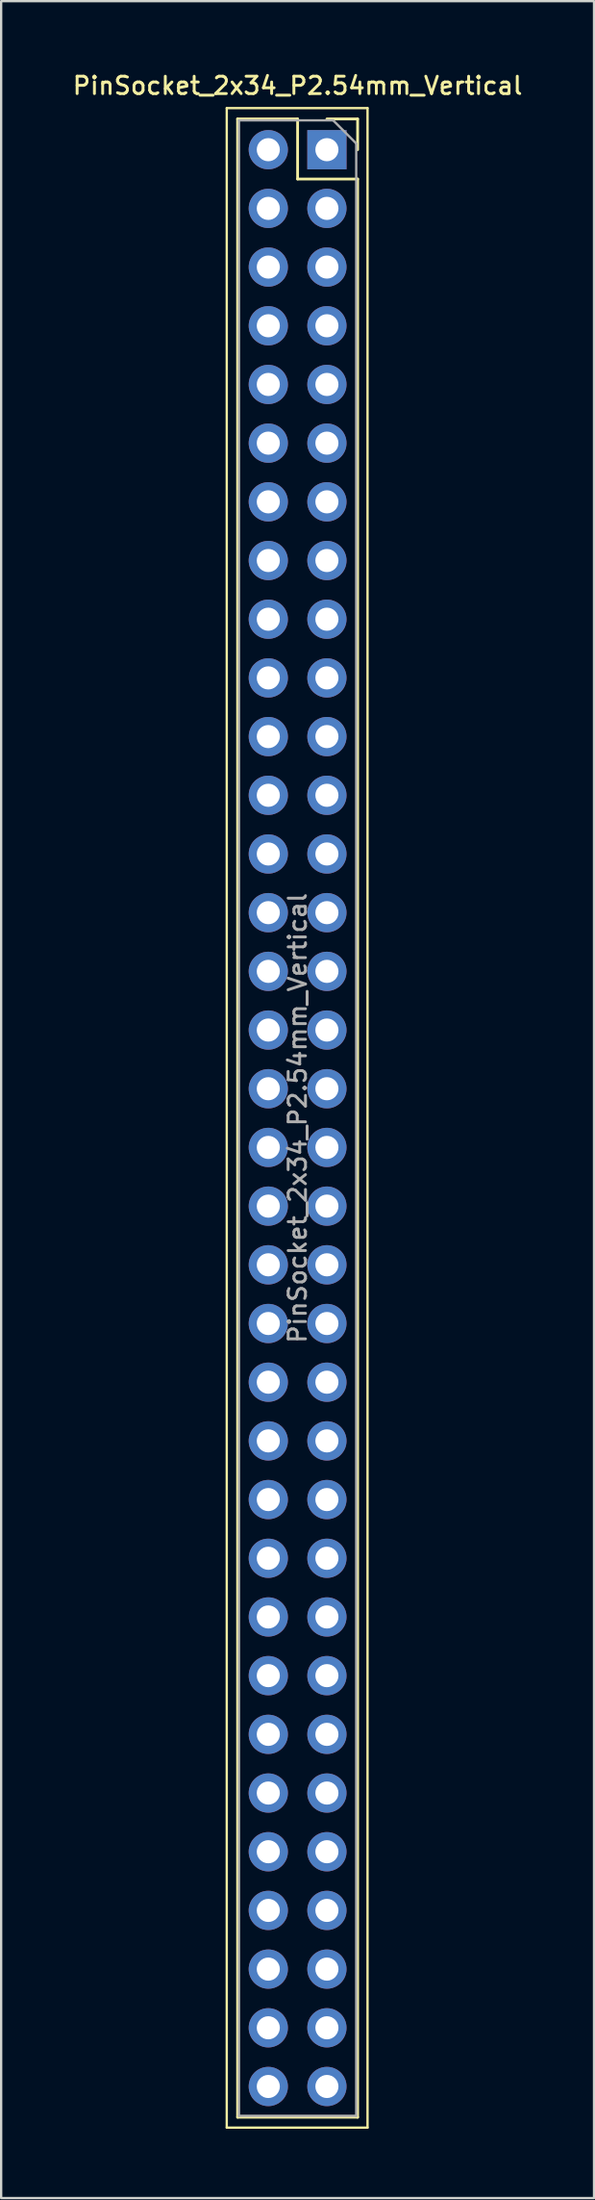
<source format=kicad_pcb>
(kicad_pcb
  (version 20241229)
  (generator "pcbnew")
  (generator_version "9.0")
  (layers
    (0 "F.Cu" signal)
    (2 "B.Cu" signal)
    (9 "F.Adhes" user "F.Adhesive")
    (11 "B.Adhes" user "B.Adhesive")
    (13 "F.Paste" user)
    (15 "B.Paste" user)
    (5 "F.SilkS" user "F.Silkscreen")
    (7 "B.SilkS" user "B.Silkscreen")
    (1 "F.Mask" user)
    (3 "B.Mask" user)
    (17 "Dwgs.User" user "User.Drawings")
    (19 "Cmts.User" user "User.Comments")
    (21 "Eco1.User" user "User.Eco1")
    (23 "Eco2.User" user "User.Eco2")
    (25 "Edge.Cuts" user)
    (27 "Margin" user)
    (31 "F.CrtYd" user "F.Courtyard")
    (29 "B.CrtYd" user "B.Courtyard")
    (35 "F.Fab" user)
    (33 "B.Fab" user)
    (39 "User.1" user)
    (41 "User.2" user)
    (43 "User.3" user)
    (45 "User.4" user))
  (footprint "PinSocket_2x34_P2.54mm_Vertical"
    (layer "F.Cu")
    (at 11.115 3.428)
    (property "Reference" "PinSocket_2x34_P2.54mm_Vertical" (at -1.27 -2.77 0) (layer "F.SilkS") (effects (font (size 0.75 0.75) (thickness 0.125))))
    (attr through_hole)
    (fp_line (start -4.34 -1.8) (end 1.76 -1.8) (stroke (width 0.1) (type solid)) (layer "F.SilkS"))
    (fp_line (start -4.34 85.6) (end -4.34 -1.8) (stroke (width 0.1) (type solid)) (layer "F.SilkS"))
    (fp_line (start -3.87 -1.33) (end -3.87 85.15) (stroke (width 0.12) (type solid)) (layer "F.SilkS"))
    (fp_line (start -3.87 -1.33) (end -1.27 -1.33) (stroke (width 0.12) (type solid)) (layer "F.SilkS"))
    (fp_line (start -3.87 85.15) (end 1.33 85.15) (stroke (width 0.12) (type solid)) (layer "F.SilkS"))
    (fp_line (start -1.27 -1.33) (end -1.27 1.27) (stroke (width 0.12) (type solid)) (layer "F.SilkS"))
    (fp_line (start -1.27 1.27) (end 1.33 1.27) (stroke (width 0.12) (type solid)) (layer "F.SilkS"))
    (fp_line (start 0 -1.33) (end 1.33 -1.33) (stroke (width 0.12) (type solid)) (layer "F.SilkS"))
    (fp_line (start 1.33 -1.33) (end 1.33 0) (stroke (width 0.12) (type solid)) (layer "F.SilkS"))
    (fp_line (start 1.33 1.27) (end 1.33 85.15) (stroke (width 0.12) (type solid)) (layer "F.SilkS"))
    (fp_line (start 1.76 -1.8) (end 1.76 85.6) (stroke (width 0.1) (type solid)) (layer "F.SilkS"))
    (fp_line (start 1.76 85.6) (end -4.34 85.6) (stroke (width 0.1) (type solid)) (layer "F.SilkS"))
    (fp_line (start -3.81 -1.27) (end 0.27 -1.27) (stroke (width 0.1) (type solid)) (layer "F.Fab"))
    (fp_line (start -3.81 85.09) (end -3.81 -1.27) (stroke (width 0.1) (type solid)) (layer "F.Fab"))
    (fp_line (start 0.27 -1.27) (end 1.27 -0.27) (stroke (width 0.1) (type solid)) (layer "F.Fab"))
    (fp_line (start 1.27 -0.27) (end 1.27 85.09) (stroke (width 0.1) (type solid)) (layer "F.Fab"))
    (fp_line (start 1.27 85.09) (end -3.81 85.09) (stroke (width 0.1) (type solid)) (layer "F.Fab"))
    (fp_text user "${REFERENCE}" (at -1.27 41.91 90) (layer "F.Fab") (effects (font (size 0.75 0.75) (thickness 0.125))))
    (pad "1" thru_hole rect (at 0 0) (size 1.7 1.7) (drill 1) (layers "*.Cu" "*.Mask"))
    (pad "2" thru_hole oval (at -2.54 0) (size 1.7 1.7) (drill 1) (layers "*.Cu" "*.Mask"))
    (pad "3" thru_hole oval (at 0 2.54) (size 1.7 1.7) (drill 1) (layers "*.Cu" "*.Mask"))
    (pad "4" thru_hole oval (at -2.54 2.54) (size 1.7 1.7) (drill 1) (layers "*.Cu" "*.Mask"))
    (pad "5" thru_hole oval (at 0 5.08) (size 1.7 1.7) (drill 1) (layers "*.Cu" "*.Mask"))
    (pad "6" thru_hole oval (at -2.54 5.08) (size 1.7 1.7) (drill 1) (layers "*.Cu" "*.Mask"))
    (pad "7" thru_hole oval (at 0 7.62) (size 1.7 1.7) (drill 1) (layers "*.Cu" "*.Mask"))
    (pad "8" thru_hole oval (at -2.54 7.62) (size 1.7 1.7) (drill 1) (layers "*.Cu" "*.Mask"))
    (pad "9" thru_hole oval (at 0 10.16) (size 1.7 1.7) (drill 1) (layers "*.Cu" "*.Mask"))
    (pad "10" thru_hole oval (at -2.54 10.16) (size 1.7 1.7) (drill 1) (layers "*.Cu" "*.Mask"))
    (pad "11" thru_hole oval (at 0 12.7) (size 1.7 1.7) (drill 1) (layers "*.Cu" "*.Mask"))
    (pad "12" thru_hole oval (at -2.54 12.7) (size 1.7 1.7) (drill 1) (layers "*.Cu" "*.Mask"))
    (pad "13" thru_hole oval (at 0 15.24) (size 1.7 1.7) (drill 1) (layers "*.Cu" "*.Mask"))
    (pad "14" thru_hole oval (at -2.54 15.24) (size 1.7 1.7) (drill 1) (layers "*.Cu" "*.Mask"))
    (pad "15" thru_hole oval (at 0 17.78) (size 1.7 1.7) (drill 1) (layers "*.Cu" "*.Mask"))
    (pad "16" thru_hole oval (at -2.54 17.78) (size 1.7 1.7) (drill 1) (layers "*.Cu" "*.Mask"))
    (pad "17" thru_hole oval (at 0 20.32) (size 1.7 1.7) (drill 1) (layers "*.Cu" "*.Mask"))
    (pad "18" thru_hole oval (at -2.54 20.32) (size 1.7 1.7) (drill 1) (layers "*.Cu" "*.Mask"))
    (pad "19" thru_hole oval (at 0 22.86) (size 1.7 1.7) (drill 1) (layers "*.Cu" "*.Mask"))
    (pad "20" thru_hole oval (at -2.54 22.86) (size 1.7 1.7) (drill 1) (layers "*.Cu" "*.Mask"))
    (pad "21" thru_hole oval (at 0 25.4) (size 1.7 1.7) (drill 1) (layers "*.Cu" "*.Mask"))
    (pad "22" thru_hole oval (at -2.54 25.4) (size 1.7 1.7) (drill 1) (layers "*.Cu" "*.Mask"))
    (pad "23" thru_hole oval (at 0 27.94) (size 1.7 1.7) (drill 1) (layers "*.Cu" "*.Mask"))
    (pad "24" thru_hole oval (at -2.54 27.94) (size 1.7 1.7) (drill 1) (layers "*.Cu" "*.Mask"))
    (pad "25" thru_hole oval (at 0 30.48) (size 1.7 1.7) (drill 1) (layers "*.Cu" "*.Mask"))
    (pad "26" thru_hole oval (at -2.54 30.48) (size 1.7 1.7) (drill 1) (layers "*.Cu" "*.Mask"))
    (pad "27" thru_hole oval (at 0 33.02) (size 1.7 1.7) (drill 1) (layers "*.Cu" "*.Mask"))
    (pad "28" thru_hole oval (at -2.54 33.02) (size 1.7 1.7) (drill 1) (layers "*.Cu" "*.Mask"))
    (pad "29" thru_hole oval (at 0 35.56) (size 1.7 1.7) (drill 1) (layers "*.Cu" "*.Mask"))
    (pad "30" thru_hole oval (at -2.54 35.56) (size 1.7 1.7) (drill 1) (layers "*.Cu" "*.Mask"))
    (pad "31" thru_hole oval (at 0 38.1) (size 1.7 1.7) (drill 1) (layers "*.Cu" "*.Mask"))
    (pad "32" thru_hole oval (at -2.54 38.1) (size 1.7 1.7) (drill 1) (layers "*.Cu" "*.Mask"))
    (pad "33" thru_hole oval (at 0 40.64) (size 1.7 1.7) (drill 1) (layers "*.Cu" "*.Mask"))
    (pad "34" thru_hole oval (at -2.54 40.64) (size 1.7 1.7) (drill 1) (layers "*.Cu" "*.Mask"))
    (pad "35" thru_hole oval (at 0 43.18) (size 1.7 1.7) (drill 1) (layers "*.Cu" "*.Mask"))
    (pad "36" thru_hole oval (at -2.54 43.18) (size 1.7 1.7) (drill 1) (layers "*.Cu" "*.Mask"))
    (pad "37" thru_hole oval (at 0 45.72) (size 1.7 1.7) (drill 1) (layers "*.Cu" "*.Mask"))
    (pad "38" thru_hole oval (at -2.54 45.72) (size 1.7 1.7) (drill 1) (layers "*.Cu" "*.Mask"))
    (pad "39" thru_hole oval (at 0 48.26) (size 1.7 1.7) (drill 1) (layers "*.Cu" "*.Mask"))
    (pad "40" thru_hole oval (at -2.54 48.26) (size 1.7 1.7) (drill 1) (layers "*.Cu" "*.Mask"))
    (pad "41" thru_hole oval (at 0 50.8) (size 1.7 1.7) (drill 1) (layers "*.Cu" "*.Mask"))
    (pad "42" thru_hole oval (at -2.54 50.8) (size 1.7 1.7) (drill 1) (layers "*.Cu" "*.Mask"))
    (pad "43" thru_hole oval (at 0 53.34) (size 1.7 1.7) (drill 1) (layers "*.Cu" "*.Mask"))
    (pad "44" thru_hole oval (at -2.54 53.34) (size 1.7 1.7) (drill 1) (layers "*.Cu" "*.Mask"))
    (pad "45" thru_hole oval (at 0 55.88) (size 1.7 1.7) (drill 1) (layers "*.Cu" "*.Mask"))
    (pad "46" thru_hole oval (at -2.54 55.88) (size 1.7 1.7) (drill 1) (layers "*.Cu" "*.Mask"))
    (pad "47" thru_hole oval (at 0 58.42) (size 1.7 1.7) (drill 1) (layers "*.Cu" "*.Mask"))
    (pad "48" thru_hole oval (at -2.54 58.42) (size 1.7 1.7) (drill 1) (layers "*.Cu" "*.Mask"))
    (pad "49" thru_hole oval (at 0 60.96) (size 1.7 1.7) (drill 1) (layers "*.Cu" "*.Mask"))
    (pad "50" thru_hole oval (at -2.54 60.96) (size 1.7 1.7) (drill 1) (layers "*.Cu" "*.Mask"))
    (pad "51" thru_hole oval (at 0 63.5) (size 1.7 1.7) (drill 1) (layers "*.Cu" "*.Mask"))
    (pad "52" thru_hole oval (at -2.54 63.5) (size 1.7 1.7) (drill 1) (layers "*.Cu" "*.Mask"))
    (pad "53" thru_hole oval (at 0 66.04) (size 1.7 1.7) (drill 1) (layers "*.Cu" "*.Mask"))
    (pad "54" thru_hole oval (at -2.54 66.04) (size 1.7 1.7) (drill 1) (layers "*.Cu" "*.Mask"))
    (pad "55" thru_hole oval (at 0 68.58) (size 1.7 1.7) (drill 1) (layers "*.Cu" "*.Mask"))
    (pad "56" thru_hole oval (at -2.54 68.58) (size 1.7 1.7) (drill 1) (layers "*.Cu" "*.Mask"))
    (pad "57" thru_hole oval (at 0 71.12) (size 1.7 1.7) (drill 1) (layers "*.Cu" "*.Mask"))
    (pad "58" thru_hole oval (at -2.54 71.12) (size 1.7 1.7) (drill 1) (layers "*.Cu" "*.Mask"))
    (pad "59" thru_hole oval (at 0 73.66) (size 1.7 1.7) (drill 1) (layers "*.Cu" "*.Mask"))
    (pad "60" thru_hole oval (at -2.54 73.66) (size 1.7 1.7) (drill 1) (layers "*.Cu" "*.Mask"))
    (pad "61" thru_hole oval (at 0 76.2) (size 1.7 1.7) (drill 1) (layers "*.Cu" "*.Mask"))
    (pad "62" thru_hole oval (at -2.54 76.2) (size 1.7 1.7) (drill 1) (layers "*.Cu" "*.Mask"))
    (pad "63" thru_hole oval (at 0 78.74) (size 1.7 1.7) (drill 1) (layers "*.Cu" "*.Mask"))
    (pad "64" thru_hole oval (at -2.54 78.74) (size 1.7 1.7) (drill 1) (layers "*.Cu" "*.Mask"))
    (pad "65" thru_hole oval (at 0 81.28) (size 1.7 1.7) (drill 1) (layers "*.Cu" "*.Mask"))
    (pad "66" thru_hole oval (at -2.54 81.28) (size 1.7 1.7) (drill 1) (layers "*.Cu" "*.Mask"))
    (pad "67" thru_hole oval (at 0 83.82) (size 1.7 1.7) (drill 1) (layers "*.Cu" "*.Mask"))
    (pad "68" thru_hole oval (at -2.54 83.82) (size 1.7 1.7) (drill 1) (layers "*.Cu" "*.Mask")))
  (gr_rect
    (start -3 -3)
    (end 22.689 92.078)
    (stroke (width 0.1) (type default))
    (fill no)
    (layer "Edge.Cuts")))
</source>
